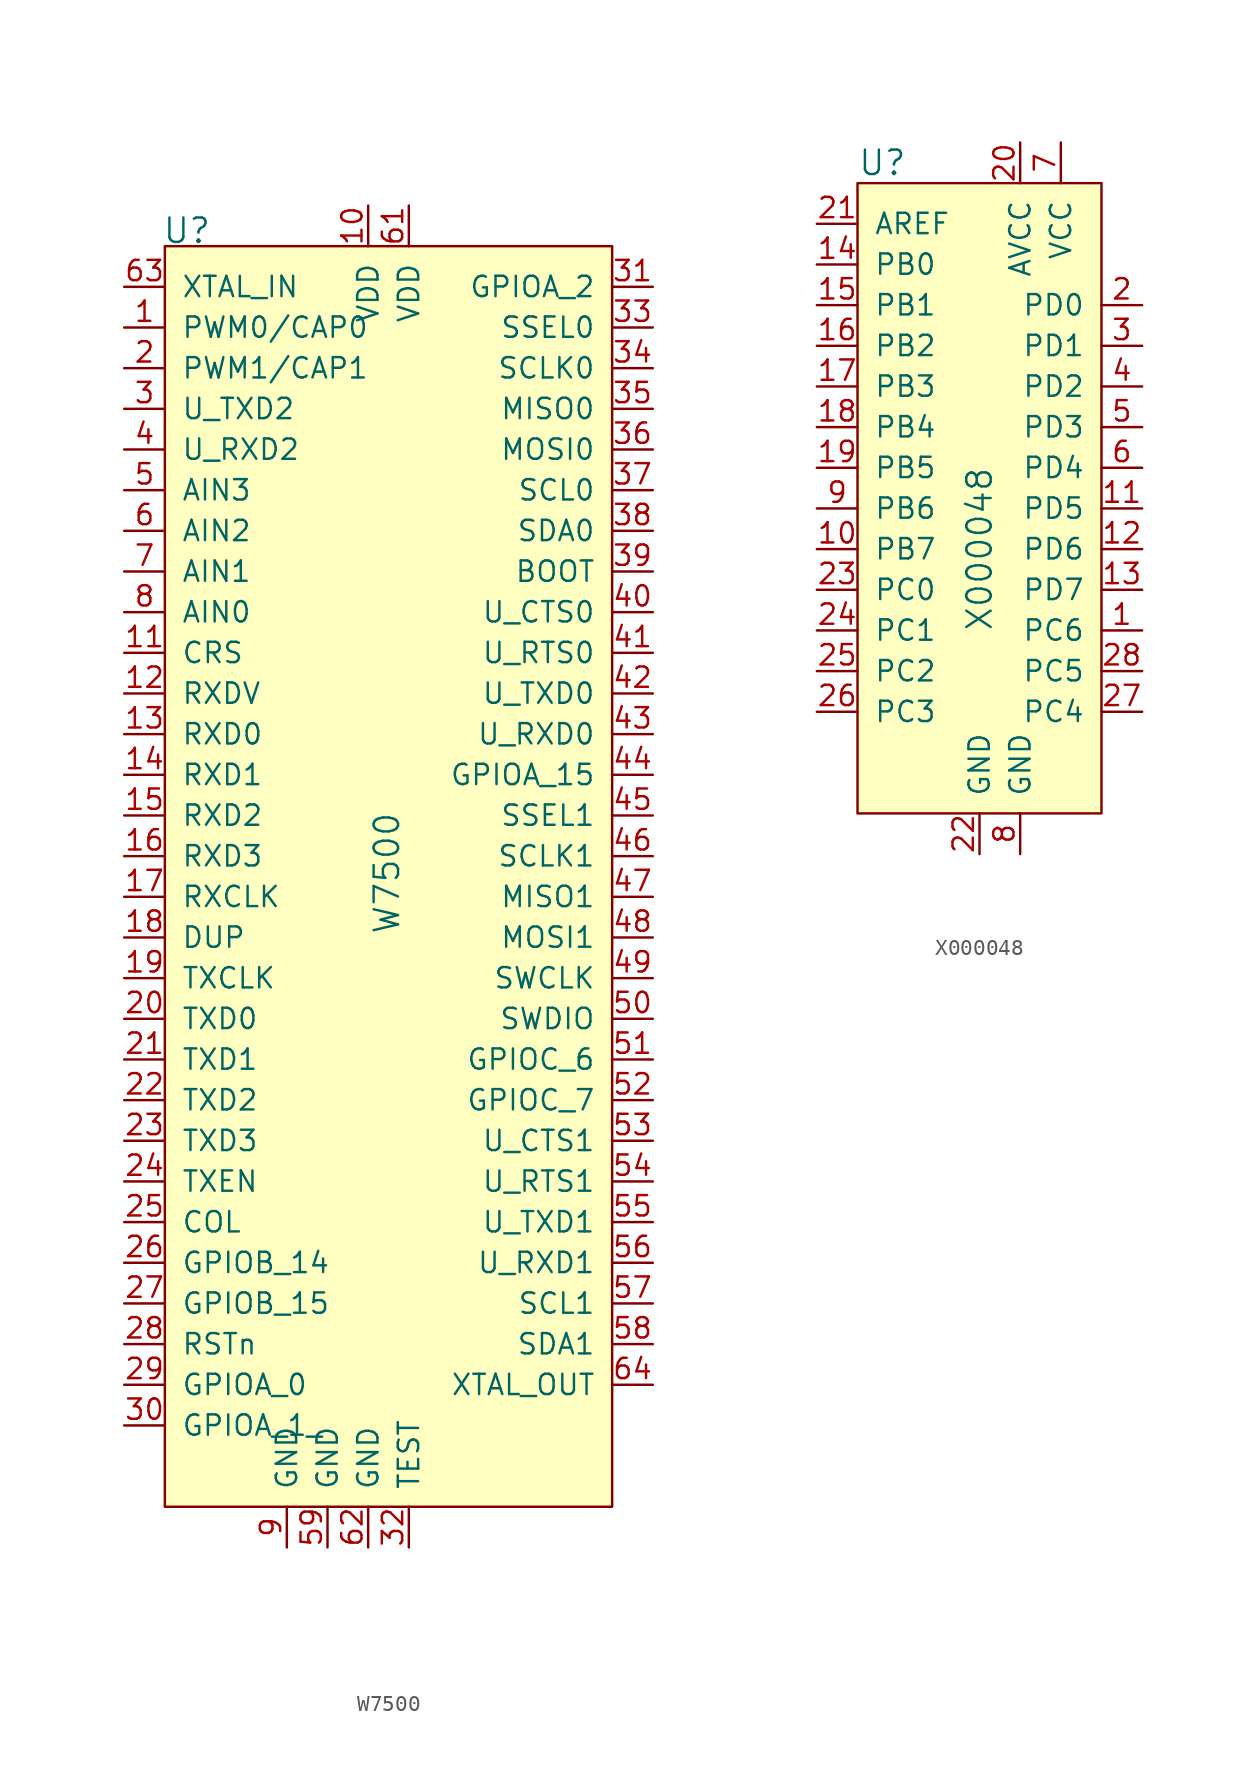
<source format=kicad_sym>
(kicad_symbol_lib
  (version 20211014)
  (generator kicad_symbol_editor)
  (symbol "W7500"
    (pin_names
      (offset 1.016))
    (property "Reference" "U"
      (at -12.878 31.445 0)
      (effects (font (size 1.524 1.524)) (justify left)))
    (property "Value" "W7500"
      (at 1.168 -8.687 90)
      (effects (font (size 1.524 1.524))))
    (symbol "W7500_0_1"
      (rectangle (start -12.7 30.48) (end 15.24 -48.26) (stroke (width 0) (type default) (color 0 0 0 0)) (fill (type background))))
    (symbol "W7500_1_1"
      (pin bidirectional line (at -15.24 25.4 0) (length 2.54) (name "PWM0/CAP0" (effects (font (size 1.27 1.27)))) (number "1" (effects (font (size 1.27 1.27)))))
      (pin power_in line (at 0 33.02 270) (length 2.54) (name "VDD" (effects (font (size 1.27 1.27)))) (number "10" (effects (font (size 1.27 1.27)))))
      (pin bidirectional line (at -15.24 5.08 0) (length 2.54) (name "CRS" (effects (font (size 1.27 1.27)))) (number "11" (effects (font (size 1.27 1.27)))))
      (pin bidirectional line (at -15.24 2.54 0) (length 2.54) (name "RXDV" (effects (font (size 1.27 1.27)))) (number "12" (effects (font (size 1.27 1.27)))))
      (pin bidirectional line (at -15.24 0 0) (length 2.54) (name "RXD0" (effects (font (size 1.27 1.27)))) (number "13" (effects (font (size 1.27 1.27)))))
      (pin bidirectional line (at -15.24 -2.54 0) (length 2.54) (name "RXD1" (effects (font (size 1.27 1.27)))) (number "14" (effects (font (size 1.27 1.27)))))
      (pin bidirectional line (at -15.24 -5.08 0) (length 2.54) (name "RXD2" (effects (font (size 1.27 1.27)))) (number "15" (effects (font (size 1.27 1.27)))))
      (pin bidirectional line (at -15.24 -7.62 0) (length 2.54) (name "RXD3" (effects (font (size 1.27 1.27)))) (number "16" (effects (font (size 1.27 1.27)))))
      (pin bidirectional line (at -15.24 -10.16 0) (length 2.54) (name "RXCLK" (effects (font (size 1.27 1.27)))) (number "17" (effects (font (size 1.27 1.27)))))
      (pin bidirectional line (at -15.24 -12.7 0) (length 2.54) (name "DUP" (effects (font (size 1.27 1.27)))) (number "18" (effects (font (size 1.27 1.27)))))
      (pin bidirectional line (at -15.24 -15.24 0) (length 2.54) (name "TXCLK" (effects (font (size 1.27 1.27)))) (number "19" (effects (font (size 1.27 1.27)))))
      (pin bidirectional line (at -15.24 22.86 0) (length 2.54) (name "PWM1/CAP1" (effects (font (size 1.27 1.27)))) (number "2" (effects (font (size 1.27 1.27)))))
      (pin bidirectional line (at -15.24 -17.78 0) (length 2.54) (name "TXD0" (effects (font (size 1.27 1.27)))) (number "20" (effects (font (size 1.27 1.27)))))
      (pin bidirectional line (at -15.24 -20.32 0) (length 2.54) (name "TXD1" (effects (font (size 1.27 1.27)))) (number "21" (effects (font (size 1.27 1.27)))))
      (pin bidirectional line (at -15.24 -22.86 0) (length 2.54) (name "TXD2" (effects (font (size 1.27 1.27)))) (number "22" (effects (font (size 1.27 1.27)))))
      (pin bidirectional line (at -15.24 -25.4 0) (length 2.54) (name "TXD3" (effects (font (size 1.27 1.27)))) (number "23" (effects (font (size 1.27 1.27)))))
      (pin bidirectional line (at -15.24 -27.94 0) (length 2.54) (name "TXEN" (effects (font (size 1.27 1.27)))) (number "24" (effects (font (size 1.27 1.27)))))
      (pin bidirectional line (at -15.24 -30.48 0) (length 2.54) (name "COL" (effects (font (size 1.27 1.27)))) (number "25" (effects (font (size 1.27 1.27)))))
      (pin bidirectional line (at -15.24 -33.02 0) (length 2.54) (name "GPIOB_14" (effects (font (size 1.27 1.27)))) (number "26" (effects (font (size 1.27 1.27)))))
      (pin bidirectional line (at -15.24 -35.56 0) (length 2.54) (name "GPIOB_15" (effects (font (size 1.27 1.27)))) (number "27" (effects (font (size 1.27 1.27)))))
      (pin input line (at -15.24 -38.1 0) (length 2.54) (name "RSTn" (effects (font (size 1.27 1.27)))) (number "28" (effects (font (size 1.27 1.27)))))
      (pin bidirectional line (at -15.24 -40.64 0) (length 2.54) (name "GPIOA_0" (effects (font (size 1.27 1.27)))) (number "29" (effects (font (size 1.27 1.27)))))
      (pin bidirectional line (at -15.24 20.32 0) (length 2.54) (name "U_TXD2" (effects (font (size 1.27 1.27)))) (number "3" (effects (font (size 1.27 1.27)))))
      (pin bidirectional line (at -15.24 -43.18 0) (length 2.54) (name "GPIOA_1_" (effects (font (size 1.27 1.27)))) (number "30" (effects (font (size 1.27 1.27)))))
      (pin bidirectional line (at 17.78 27.94 180) (length 2.54) (name "GPIOA_2" (effects (font (size 1.27 1.27)))) (number "31" (effects (font (size 1.27 1.27)))))
      (pin bidirectional line (at 2.54 -50.8 90) (length 2.54) (name "TEST" (effects (font (size 1.27 1.27)))) (number "32" (effects (font (size 1.27 1.27)))))
      (pin bidirectional line (at 17.78 25.4 180) (length 2.54) (name "SSEL0" (effects (font (size 1.27 1.27)))) (number "33" (effects (font (size 1.27 1.27)))))
      (pin bidirectional line (at 17.78 22.86 180) (length 2.54) (name "SCLK0" (effects (font (size 1.27 1.27)))) (number "34" (effects (font (size 1.27 1.27)))))
      (pin bidirectional line (at 17.78 20.32 180) (length 2.54) (name "MISO0" (effects (font (size 1.27 1.27)))) (number "35" (effects (font (size 1.27 1.27)))))
      (pin bidirectional line (at 17.78 17.78 180) (length 2.54) (name "MOSI0" (effects (font (size 1.27 1.27)))) (number "36" (effects (font (size 1.27 1.27)))))
      (pin bidirectional line (at 17.78 15.24 180) (length 2.54) (name "SCL0" (effects (font (size 1.27 1.27)))) (number "37" (effects (font (size 1.27 1.27)))))
      (pin bidirectional line (at 17.78 12.7 180) (length 2.54) (name "SDA0" (effects (font (size 1.27 1.27)))) (number "38" (effects (font (size 1.27 1.27)))))
      (pin bidirectional line (at 17.78 10.16 180) (length 2.54) (name "BOOT" (effects (font (size 1.27 1.27)))) (number "39" (effects (font (size 1.27 1.27)))))
      (pin bidirectional line (at -15.24 17.78 0) (length 2.54) (name "U_RXD2" (effects (font (size 1.27 1.27)))) (number "4" (effects (font (size 1.27 1.27)))))
      (pin bidirectional line (at 17.78 7.62 180) (length 2.54) (name "U_CTS0" (effects (font (size 1.27 1.27)))) (number "40" (effects (font (size 1.27 1.27)))))
      (pin bidirectional line (at 17.78 5.08 180) (length 2.54) (name "U_RTS0" (effects (font (size 1.27 1.27)))) (number "41" (effects (font (size 1.27 1.27)))))
      (pin bidirectional line (at 17.78 2.54 180) (length 2.54) (name "U_TXD0" (effects (font (size 1.27 1.27)))) (number "42" (effects (font (size 1.27 1.27)))))
      (pin bidirectional line (at 17.78 0 180) (length 2.54) (name "U_RXD0" (effects (font (size 1.27 1.27)))) (number "43" (effects (font (size 1.27 1.27)))))
      (pin bidirectional line (at 17.78 -2.54 180) (length 2.54) (name "GPIOA_15" (effects (font (size 1.27 1.27)))) (number "44" (effects (font (size 1.27 1.27)))))
      (pin bidirectional line (at 17.78 -5.08 180) (length 2.54) (name "SSEL1" (effects (font (size 1.27 1.27)))) (number "45" (effects (font (size 1.27 1.27)))))
      (pin bidirectional line (at 17.78 -7.62 180) (length 2.54) (name "SCLK1" (effects (font (size 1.27 1.27)))) (number "46" (effects (font (size 1.27 1.27)))))
      (pin bidirectional line (at 17.78 -10.16 180) (length 2.54) (name "MISO1" (effects (font (size 1.27 1.27)))) (number "47" (effects (font (size 1.27 1.27)))))
      (pin bidirectional line (at 17.78 -12.7 180) (length 2.54) (name "MOSI1" (effects (font (size 1.27 1.27)))) (number "48" (effects (font (size 1.27 1.27)))))
      (pin bidirectional line (at 17.78 -15.24 180) (length 2.54) (name "SWCLK" (effects (font (size 1.27 1.27)))) (number "49" (effects (font (size 1.27 1.27)))))
      (pin bidirectional line (at -15.24 15.24 0) (length 2.54) (name "AIN3" (effects (font (size 1.27 1.27)))) (number "5" (effects (font (size 1.27 1.27)))))
      (pin bidirectional line (at 17.78 -17.78 180) (length 2.54) (name "SWDIO" (effects (font (size 1.27 1.27)))) (number "50" (effects (font (size 1.27 1.27)))))
      (pin bidirectional line (at 17.78 -20.32 180) (length 2.54) (name "GPIOC_6" (effects (font (size 1.27 1.27)))) (number "51" (effects (font (size 1.27 1.27)))))
      (pin bidirectional line (at 17.78 -22.86 180) (length 2.54) (name "GPIOC_7" (effects (font (size 1.27 1.27)))) (number "52" (effects (font (size 1.27 1.27)))))
      (pin bidirectional line (at 17.78 -25.4 180) (length 2.54) (name "U_CTS1" (effects (font (size 1.27 1.27)))) (number "53" (effects (font (size 1.27 1.27)))))
      (pin bidirectional line (at 17.78 -27.94 180) (length 2.54) (name "U_RTS1" (effects (font (size 1.27 1.27)))) (number "54" (effects (font (size 1.27 1.27)))))
      (pin bidirectional line (at 17.78 -30.48 180) (length 2.54) (name "U_TXD1" (effects (font (size 1.27 1.27)))) (number "55" (effects (font (size 1.27 1.27)))))
      (pin bidirectional line (at 17.78 -33.02 180) (length 2.54) (name "U_RXD1" (effects (font (size 1.27 1.27)))) (number "56" (effects (font (size 1.27 1.27)))))
      (pin bidirectional line (at 17.78 -35.56 180) (length 2.54) (name "SCL1" (effects (font (size 1.27 1.27)))) (number "57" (effects (font (size 1.27 1.27)))))
      (pin bidirectional line (at 17.78 -38.1 180) (length 2.54) (name "SDA1" (effects (font (size 1.27 1.27)))) (number "58" (effects (font (size 1.27 1.27)))))
      (pin power_in line (at -2.54 -50.8 90) (length 2.54) (name "GND" (effects (font (size 1.27 1.27)))) (number "59" (effects (font (size 1.27 1.27)))))
      (pin bidirectional line (at -15.24 12.7 0) (length 2.54) (name "AIN2" (effects (font (size 1.27 1.27)))) (number "6" (effects (font (size 1.27 1.27)))))
      (pin no_connect line (at 15.24 -43.18 180) (length 2.54) hide (name "NC" (effects (font (size 1.27 1.27)))) (number "60" (effects (font (size 1.27 1.27)))))
      (pin power_in line (at 2.54 33.02 270) (length 2.54) (name "VDD" (effects (font (size 1.27 1.27)))) (number "61" (effects (font (size 1.27 1.27)))))
      (pin power_in line (at 0 -50.8 90) (length 2.54) (name "GND" (effects (font (size 1.27 1.27)))) (number "62" (effects (font (size 1.27 1.27)))))
      (pin input line (at -15.24 27.94 0) (length 2.54) (name "XTAL_IN" (effects (font (size 1.27 1.27)))) (number "63" (effects (font (size 1.27 1.27)))))
      (pin output line (at 17.78 -40.64 180) (length 2.54) (name "XTAL_OUT" (effects (font (size 1.27 1.27)))) (number "64" (effects (font (size 1.27 1.27)))))
      (pin bidirectional line (at -15.24 10.16 0) (length 2.54) (name "AIN1" (effects (font (size 1.27 1.27)))) (number "7" (effects (font (size 1.27 1.27)))))
      (pin bidirectional line (at -15.24 7.62 0) (length 2.54) (name "AIN0" (effects (font (size 1.27 1.27)))) (number "8" (effects (font (size 1.27 1.27)))))
      (pin power_in line (at -5.08 -50.8 90) (length 2.54) (name "GND" (effects (font (size 1.27 1.27)))) (number "9" (effects (font (size 1.27 1.27)))))))
  (symbol "X000048"
    (pin_names
      (offset 1.016))
    (property "Reference" "U"
      (at -10.16 19.05 0)
      (effects (font (size 1.524 1.524)) (justify left)))
    (property "Value" "X000048"
      (at -2.54 -5.08 90)
      (effects (font (size 1.524 1.524))))
    (symbol "X000048_0_1"
      (rectangle (start -10.16 17.78) (end 5.08 -21.59) (stroke (width 0) (type default) (color 0 0 0 0)) (fill (type background))))
    (symbol "X000048_1_1"
      (pin bidirectional line (at 7.62 -10.16 180) (length 2.54) (name "PC6" (effects (font (size 1.27 1.27)))) (number "1" (effects (font (size 1.27 1.27)))))
      (pin bidirectional line (at -12.7 -5.08 0) (length 2.54) (name "PB7" (effects (font (size 1.27 1.27)))) (number "10" (effects (font (size 1.27 1.27)))))
      (pin bidirectional line (at 7.62 -2.54 180) (length 2.54) (name "PD5" (effects (font (size 1.27 1.27)))) (number "11" (effects (font (size 1.27 1.27)))))
      (pin bidirectional line (at 7.62 -5.08 180) (length 2.54) (name "PD6" (effects (font (size 1.27 1.27)))) (number "12" (effects (font (size 1.27 1.27)))))
      (pin bidirectional line (at 7.62 -7.62 180) (length 2.54) (name "PD7" (effects (font (size 1.27 1.27)))) (number "13" (effects (font (size 1.27 1.27)))))
      (pin bidirectional line (at -12.7 12.7 0) (length 2.54) (name "PB0" (effects (font (size 1.27 1.27)))) (number "14" (effects (font (size 1.27 1.27)))))
      (pin bidirectional line (at -12.7 10.16 0) (length 2.54) (name "PB1" (effects (font (size 1.27 1.27)))) (number "15" (effects (font (size 1.27 1.27)))))
      (pin bidirectional line (at -12.7 7.62 0) (length 2.54) (name "PB2" (effects (font (size 1.27 1.27)))) (number "16" (effects (font (size 1.27 1.27)))))
      (pin bidirectional line (at -12.7 5.08 0) (length 2.54) (name "PB3" (effects (font (size 1.27 1.27)))) (number "17" (effects (font (size 1.27 1.27)))))
      (pin bidirectional line (at -12.7 2.54 0) (length 2.54) (name "PB4" (effects (font (size 1.27 1.27)))) (number "18" (effects (font (size 1.27 1.27)))))
      (pin bidirectional line (at -12.7 0 0) (length 2.54) (name "PB5" (effects (font (size 1.27 1.27)))) (number "19" (effects (font (size 1.27 1.27)))))
      (pin bidirectional line (at 7.62 10.16 180) (length 2.54) (name "PD0" (effects (font (size 1.27 1.27)))) (number "2" (effects (font (size 1.27 1.27)))))
      (pin power_in line (at 0 20.32 270) (length 2.54) (name "AVCC" (effects (font (size 1.27 1.27)))) (number "20" (effects (font (size 1.27 1.27)))))
      (pin input line (at -12.7 15.24 0) (length 2.54) (name "AREF" (effects (font (size 1.27 1.27)))) (number "21" (effects (font (size 1.27 1.27)))))
      (pin power_in line (at -2.54 -24.13 90) (length 2.54) (name "GND" (effects (font (size 1.27 1.27)))) (number "22" (effects (font (size 1.27 1.27)))))
      (pin bidirectional line (at -12.7 -7.62 0) (length 2.54) (name "PC0" (effects (font (size 1.27 1.27)))) (number "23" (effects (font (size 1.27 1.27)))))
      (pin bidirectional line (at -12.7 -10.16 0) (length 2.54) (name "PC1" (effects (font (size 1.27 1.27)))) (number "24" (effects (font (size 1.27 1.27)))))
      (pin bidirectional line (at -12.7 -12.7 0) (length 2.54) (name "PC2" (effects (font (size 1.27 1.27)))) (number "25" (effects (font (size 1.27 1.27)))))
      (pin bidirectional line (at -12.7 -15.24 0) (length 2.54) (name "PC3" (effects (font (size 1.27 1.27)))) (number "26" (effects (font (size 1.27 1.27)))))
      (pin bidirectional line (at 7.62 -15.24 180) (length 2.54) (name "PC4" (effects (font (size 1.27 1.27)))) (number "27" (effects (font (size 1.27 1.27)))))
      (pin bidirectional line (at 7.62 -12.7 180) (length 2.54) (name "PC5" (effects (font (size 1.27 1.27)))) (number "28" (effects (font (size 1.27 1.27)))))
      (pin bidirectional line (at 7.62 7.62 180) (length 2.54) (name "PD1" (effects (font (size 1.27 1.27)))) (number "3" (effects (font (size 1.27 1.27)))))
      (pin bidirectional line (at 7.62 5.08 180) (length 2.54) (name "PD2" (effects (font (size 1.27 1.27)))) (number "4" (effects (font (size 1.27 1.27)))))
      (pin bidirectional line (at 7.62 2.54 180) (length 2.54) (name "PD3" (effects (font (size 1.27 1.27)))) (number "5" (effects (font (size 1.27 1.27)))))
      (pin bidirectional line (at 7.62 0 180) (length 2.54) (name "PD4" (effects (font (size 1.27 1.27)))) (number "6" (effects (font (size 1.27 1.27)))))
      (pin power_in line (at 2.54 20.32 270) (length 2.54) (name "VCC" (effects (font (size 1.27 1.27)))) (number "7" (effects (font (size 1.27 1.27)))))
      (pin power_in line (at 0 -24.13 90) (length 2.54) (name "GND" (effects (font (size 1.27 1.27)))) (number "8" (effects (font (size 1.27 1.27)))))
      (pin bidirectional line (at -12.7 -2.54 0) (length 2.54) (name "PB6" (effects (font (size 1.27 1.27)))) (number "9" (effects (font (size 1.27 1.27))))))))
</source>
